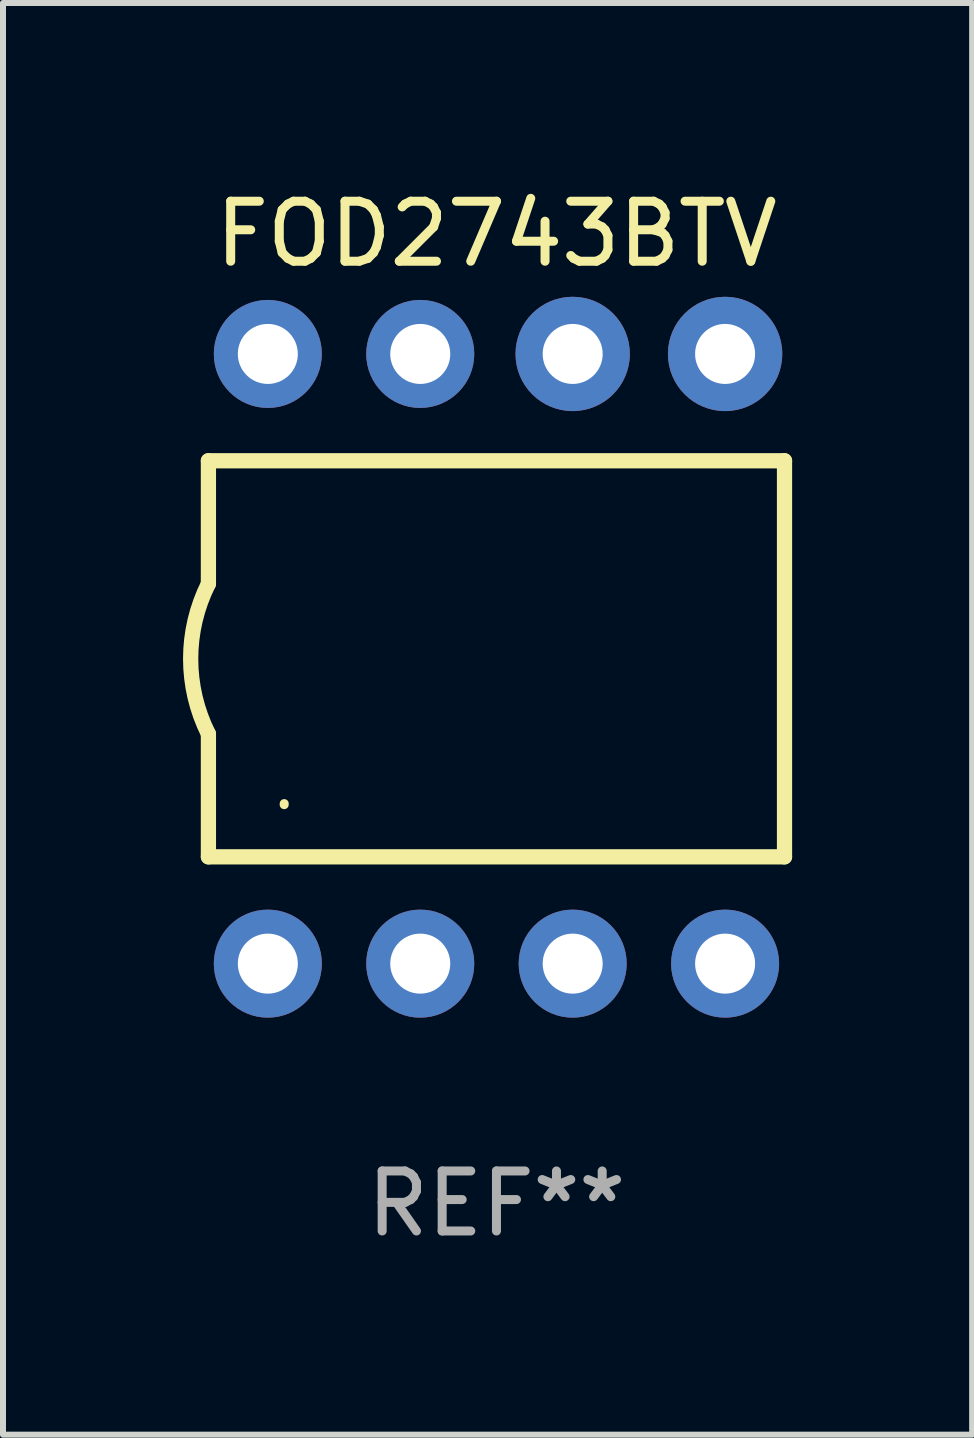
<source format=kicad_pcb>
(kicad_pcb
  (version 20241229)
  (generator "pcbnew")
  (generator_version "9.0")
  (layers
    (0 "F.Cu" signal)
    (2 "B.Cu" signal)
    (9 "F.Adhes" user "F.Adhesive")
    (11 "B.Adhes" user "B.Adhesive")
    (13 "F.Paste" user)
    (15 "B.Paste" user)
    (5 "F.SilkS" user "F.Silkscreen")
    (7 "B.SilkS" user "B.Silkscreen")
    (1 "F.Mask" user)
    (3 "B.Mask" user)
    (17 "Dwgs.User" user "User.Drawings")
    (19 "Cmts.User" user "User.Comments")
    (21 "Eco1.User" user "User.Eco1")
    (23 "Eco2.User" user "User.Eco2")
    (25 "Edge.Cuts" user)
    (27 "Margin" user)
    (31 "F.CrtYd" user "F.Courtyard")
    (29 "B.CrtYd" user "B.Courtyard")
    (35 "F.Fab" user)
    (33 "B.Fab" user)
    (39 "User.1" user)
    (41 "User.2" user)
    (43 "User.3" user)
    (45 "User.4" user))
  (footprint "FOD2743BTV"
    (layer "F.Cu")
    (at 5.223 7.928)
    (property "Reference" "FOD2743BTV" (at 0 -7.08 0) (layer "F.SilkS") (effects (font (size 1 1) (thickness 0.15))))
    (attr through_hole)
    (fp_line (start -4.8 -3.3) (end -4.8 -1.25) (stroke (width 0.254) (type solid)) (layer "F.SilkS"))
    (fp_line (start -4.8 3.3) (end -4.8 1.25) (stroke (width 0.254) (type solid)) (layer "F.SilkS"))
    (fp_line (start 4.8 3.3) (end -4.8 3.3) (stroke (width 0.254) (type solid)) (layer "F.SilkS"))
    (fp_line (start 4.8 -3.3) (end -4.8 -3.3) (stroke (width 0.254) (type solid)) (layer "F.SilkS"))
    (fp_line (start 4.8 -3.3) (end 4.8 3.3) (stroke (width 0.254) (type solid)) (layer "F.SilkS"))
    (fp_arc (start -4.801245 1.249683) (mid -5.095867 -0.000312) (end -4.8 -1.250013) (stroke (width 0.254001) (type solid)) (layer "F.SilkS"))
    (fp_arc (start -3.537414 2.430785) (mid -3.537309 2.421918) (end -3.537008 2.413056) (stroke (width 0.149987) (type solid)) (layer "F.SilkS"))
    (fp_text user "REF**" (at 0 9.08 0) (layer "F.Fab") (effects (font (size 1 1) (thickness 0.15))))
    (pad "1" thru_hole circle (at -3.81 5.08) (size 1.8 1.8) (drill 1) (layers "*.Cu" "*.Mask"))
    (pad "2" thru_hole circle (at -1.27 5.08) (size 1.8 1.8) (drill 1) (layers "*.Cu" "*.Mask"))
    (pad "3" thru_hole circle (at 1.27 5.08) (size 1.8 1.8) (drill 1) (layers "*.Cu" "*.Mask"))
    (pad "4" thru_hole circle (at 3.81 5.08) (size 1.8 1.8) (drill 1) (layers "*.Cu" "*.Mask"))
    (pad "5" thru_hole circle (at 3.81 -5.08) (size 1.905 1.905) (drill 1) (layers "*.Cu" "*.Mask"))
    (pad "6" thru_hole circle (at 1.27 -5.08) (size 1.905 1.905) (drill 1) (layers "*.Cu" "*.Mask"))
    (pad "7" thru_hole circle (at -1.27 -5.08) (size 1.8 1.8) (drill 1) (layers "*.Cu" "*.Mask"))
    (pad "8" thru_hole circle (at -3.81 -5.08) (size 1.8 1.8) (drill 1) (layers "*.Cu" "*.Mask")))
  (gr_rect
    (start -3 -3)
    (end 13.15 20.857)
    (stroke (width 0.1) (type default))
    (fill no)
    (layer "Edge.Cuts")))
</source>
